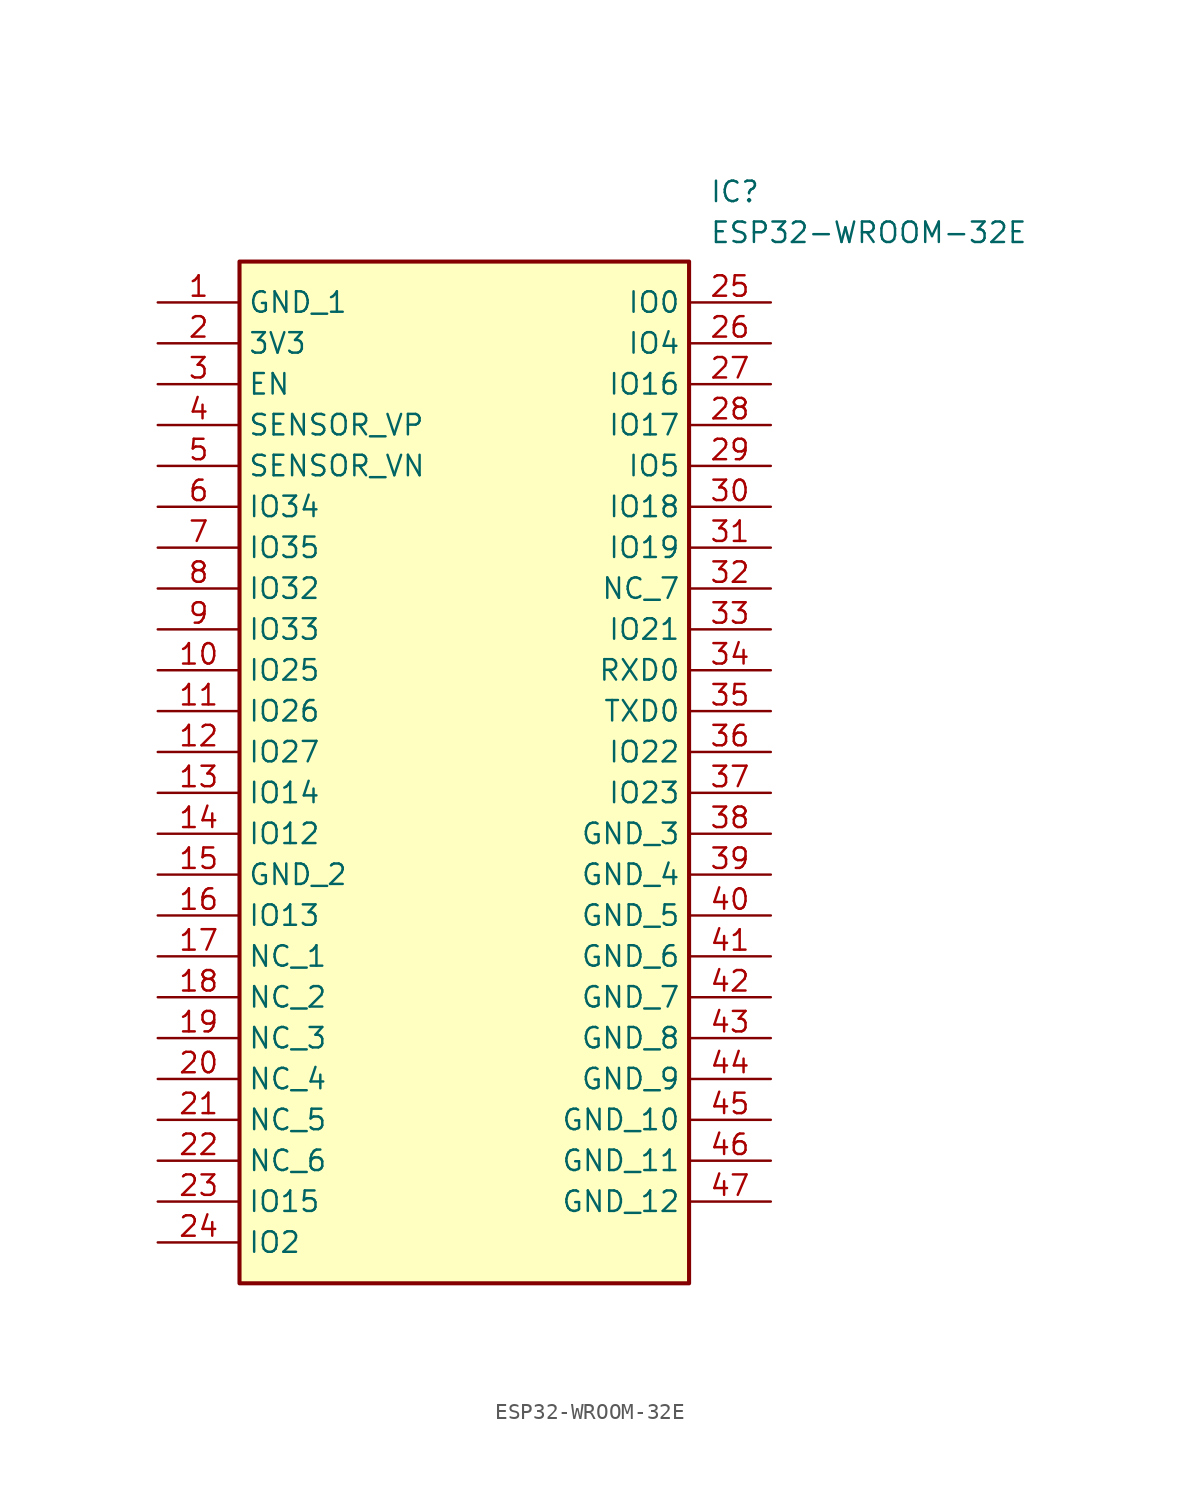
<source format=kicad_sym>
(kicad_symbol_lib
  (version 20211014)
  (generator SamacSys_ECAD_Model)
  (symbol "ESP32-WROOM-32E"
    (property "Reference" "IC"
      (at 34.29 7.62 0)
      (effects (font (size 1.27 1.27)) (justify left top)))
    (property "Value" "ESP32-WROOM-32E"
      (at 34.29 5.08 0)
      (effects (font (size 1.27 1.27)) (justify left top)))
    (rectangle
      (start 5.08 2.54)
      (end 33.02 -60.96)
      (stroke (width 0.254) (type default))
      (fill (type background)))
    (pin passive line
      (at 0 0 0)
      (length 5.08)
      (name "GND_1" (effects (font (size 1.27 1.27))))
      (number "1" (effects (font (size 1.27 1.27)))))
    (pin passive line
      (at 0 -2.54 0)
      (length 5.08)
      (name "3V3" (effects (font (size 1.27 1.27))))
      (number "2" (effects (font (size 1.27 1.27)))))
    (pin passive line
      (at 0 -5.08 0)
      (length 5.08)
      (name "EN" (effects (font (size 1.27 1.27))))
      (number "3" (effects (font (size 1.27 1.27)))))
    (pin passive line
      (at 0 -7.62 0)
      (length 5.08)
      (name "SENSOR_VP" (effects (font (size 1.27 1.27))))
      (number "4" (effects (font (size 1.27 1.27)))))
    (pin passive line
      (at 0 -10.16 0)
      (length 5.08)
      (name "SENSOR_VN" (effects (font (size 1.27 1.27))))
      (number "5" (effects (font (size 1.27 1.27)))))
    (pin passive line
      (at 0 -12.7 0)
      (length 5.08)
      (name "IO34" (effects (font (size 1.27 1.27))))
      (number "6" (effects (font (size 1.27 1.27)))))
    (pin passive line
      (at 0 -15.24 0)
      (length 5.08)
      (name "IO35" (effects (font (size 1.27 1.27))))
      (number "7" (effects (font (size 1.27 1.27)))))
    (pin passive line
      (at 0 -17.78 0)
      (length 5.08)
      (name "IO32" (effects (font (size 1.27 1.27))))
      (number "8" (effects (font (size 1.27 1.27)))))
    (pin passive line
      (at 0 -20.32 0)
      (length 5.08)
      (name "IO33" (effects (font (size 1.27 1.27))))
      (number "9" (effects (font (size 1.27 1.27)))))
    (pin passive line
      (at 0 -22.86 0)
      (length 5.08)
      (name "IO25" (effects (font (size 1.27 1.27))))
      (number "10" (effects (font (size 1.27 1.27)))))
    (pin passive line
      (at 0 -25.4 0)
      (length 5.08)
      (name "IO26" (effects (font (size 1.27 1.27))))
      (number "11" (effects (font (size 1.27 1.27)))))
    (pin passive line
      (at 0 -27.94 0)
      (length 5.08)
      (name "IO27" (effects (font (size 1.27 1.27))))
      (number "12" (effects (font (size 1.27 1.27)))))
    (pin passive line
      (at 0 -30.48 0)
      (length 5.08)
      (name "IO14" (effects (font (size 1.27 1.27))))
      (number "13" (effects (font (size 1.27 1.27)))))
    (pin passive line
      (at 0 -33.02 0)
      (length 5.08)
      (name "IO12" (effects (font (size 1.27 1.27))))
      (number "14" (effects (font (size 1.27 1.27)))))
    (pin passive line
      (at 0 -35.56 0)
      (length 5.08)
      (name "GND_2" (effects (font (size 1.27 1.27))))
      (number "15" (effects (font (size 1.27 1.27)))))
    (pin passive line
      (at 0 -38.1 0)
      (length 5.08)
      (name "IO13" (effects (font (size 1.27 1.27))))
      (number "16" (effects (font (size 1.27 1.27)))))
    (pin passive line
      (at 0 -40.64 0)
      (length 5.08)
      (name "NC_1" (effects (font (size 1.27 1.27))))
      (number "17" (effects (font (size 1.27 1.27)))))
    (pin passive line
      (at 0 -43.18 0)
      (length 5.08)
      (name "NC_2" (effects (font (size 1.27 1.27))))
      (number "18" (effects (font (size 1.27 1.27)))))
    (pin passive line
      (at 0 -45.72 0)
      (length 5.08)
      (name "NC_3" (effects (font (size 1.27 1.27))))
      (number "19" (effects (font (size 1.27 1.27)))))
    (pin passive line
      (at 0 -48.26 0)
      (length 5.08)
      (name "NC_4" (effects (font (size 1.27 1.27))))
      (number "20" (effects (font (size 1.27 1.27)))))
    (pin passive line
      (at 0 -50.8 0)
      (length 5.08)
      (name "NC_5" (effects (font (size 1.27 1.27))))
      (number "21" (effects (font (size 1.27 1.27)))))
    (pin passive line
      (at 0 -53.34 0)
      (length 5.08)
      (name "NC_6" (effects (font (size 1.27 1.27))))
      (number "22" (effects (font (size 1.27 1.27)))))
    (pin passive line
      (at 0 -55.88 0)
      (length 5.08)
      (name "IO15" (effects (font (size 1.27 1.27))))
      (number "23" (effects (font (size 1.27 1.27)))))
    (pin passive line
      (at 0 -58.42 0)
      (length 5.08)
      (name "IO2" (effects (font (size 1.27 1.27))))
      (number "24" (effects (font (size 1.27 1.27)))))
    (pin passive line
      (at 38.1 0 180)
      (length 5.08)
      (name "IO0" (effects (font (size 1.27 1.27))))
      (number "25" (effects (font (size 1.27 1.27)))))
    (pin passive line
      (at 38.1 -2.54 180)
      (length 5.08)
      (name "IO4" (effects (font (size 1.27 1.27))))
      (number "26" (effects (font (size 1.27 1.27)))))
    (pin passive line
      (at 38.1 -5.08 180)
      (length 5.08)
      (name "IO16" (effects (font (size 1.27 1.27))))
      (number "27" (effects (font (size 1.27 1.27)))))
    (pin passive line
      (at 38.1 -7.62 180)
      (length 5.08)
      (name "IO17" (effects (font (size 1.27 1.27))))
      (number "28" (effects (font (size 1.27 1.27)))))
    (pin passive line
      (at 38.1 -10.16 180)
      (length 5.08)
      (name "IO5" (effects (font (size 1.27 1.27))))
      (number "29" (effects (font (size 1.27 1.27)))))
    (pin passive line
      (at 38.1 -12.7 180)
      (length 5.08)
      (name "IO18" (effects (font (size 1.27 1.27))))
      (number "30" (effects (font (size 1.27 1.27)))))
    (pin passive line
      (at 38.1 -15.24 180)
      (length 5.08)
      (name "IO19" (effects (font (size 1.27 1.27))))
      (number "31" (effects (font (size 1.27 1.27)))))
    (pin passive line
      (at 38.1 -17.78 180)
      (length 5.08)
      (name "NC_7" (effects (font (size 1.27 1.27))))
      (number "32" (effects (font (size 1.27 1.27)))))
    (pin passive line
      (at 38.1 -20.32 180)
      (length 5.08)
      (name "IO21" (effects (font (size 1.27 1.27))))
      (number "33" (effects (font (size 1.27 1.27)))))
    (pin passive line
      (at 38.1 -22.86 180)
      (length 5.08)
      (name "RXD0" (effects (font (size 1.27 1.27))))
      (number "34" (effects (font (size 1.27 1.27)))))
    (pin passive line
      (at 38.1 -25.4 180)
      (length 5.08)
      (name "TXD0" (effects (font (size 1.27 1.27))))
      (number "35" (effects (font (size 1.27 1.27)))))
    (pin passive line
      (at 38.1 -27.94 180)
      (length 5.08)
      (name "IO22" (effects (font (size 1.27 1.27))))
      (number "36" (effects (font (size 1.27 1.27)))))
    (pin passive line
      (at 38.1 -30.48 180)
      (length 5.08)
      (name "IO23" (effects (font (size 1.27 1.27))))
      (number "37" (effects (font (size 1.27 1.27)))))
    (pin passive line
      (at 38.1 -33.02 180)
      (length 5.08)
      (name "GND_3" (effects (font (size 1.27 1.27))))
      (number "38" (effects (font (size 1.27 1.27)))))
    (pin passive line
      (at 38.1 -35.56 180)
      (length 5.08)
      (name "GND_4" (effects (font (size 1.27 1.27))))
      (number "39" (effects (font (size 1.27 1.27)))))
    (pin passive line
      (at 38.1 -38.1 180)
      (length 5.08)
      (name "GND_5" (effects (font (size 1.27 1.27))))
      (number "40" (effects (font (size 1.27 1.27)))))
    (pin passive line
      (at 38.1 -40.64 180)
      (length 5.08)
      (name "GND_6" (effects (font (size 1.27 1.27))))
      (number "41" (effects (font (size 1.27 1.27)))))
    (pin passive line
      (at 38.1 -43.18 180)
      (length 5.08)
      (name "GND_7" (effects (font (size 1.27 1.27))))
      (number "42" (effects (font (size 1.27 1.27)))))
    (pin passive line
      (at 38.1 -45.72 180)
      (length 5.08)
      (name "GND_8" (effects (font (size 1.27 1.27))))
      (number "43" (effects (font (size 1.27 1.27)))))
    (pin passive line
      (at 38.1 -48.26 180)
      (length 5.08)
      (name "GND_9" (effects (font (size 1.27 1.27))))
      (number "44" (effects (font (size 1.27 1.27)))))
    (pin passive line
      (at 38.1 -50.8 180)
      (length 5.08)
      (name "GND_10" (effects (font (size 1.27 1.27))))
      (number "45" (effects (font (size 1.27 1.27)))))
    (pin passive line
      (at 38.1 -53.34 180)
      (length 5.08)
      (name "GND_11" (effects (font (size 1.27 1.27))))
      (number "46" (effects (font (size 1.27 1.27)))))
    (pin passive line
      (at 38.1 -55.88 180)
      (length 5.08)
      (name "GND_12" (effects (font (size 1.27 1.27))))
      (number "47" (effects (font (size 1.27 1.27)))))))
</source>
